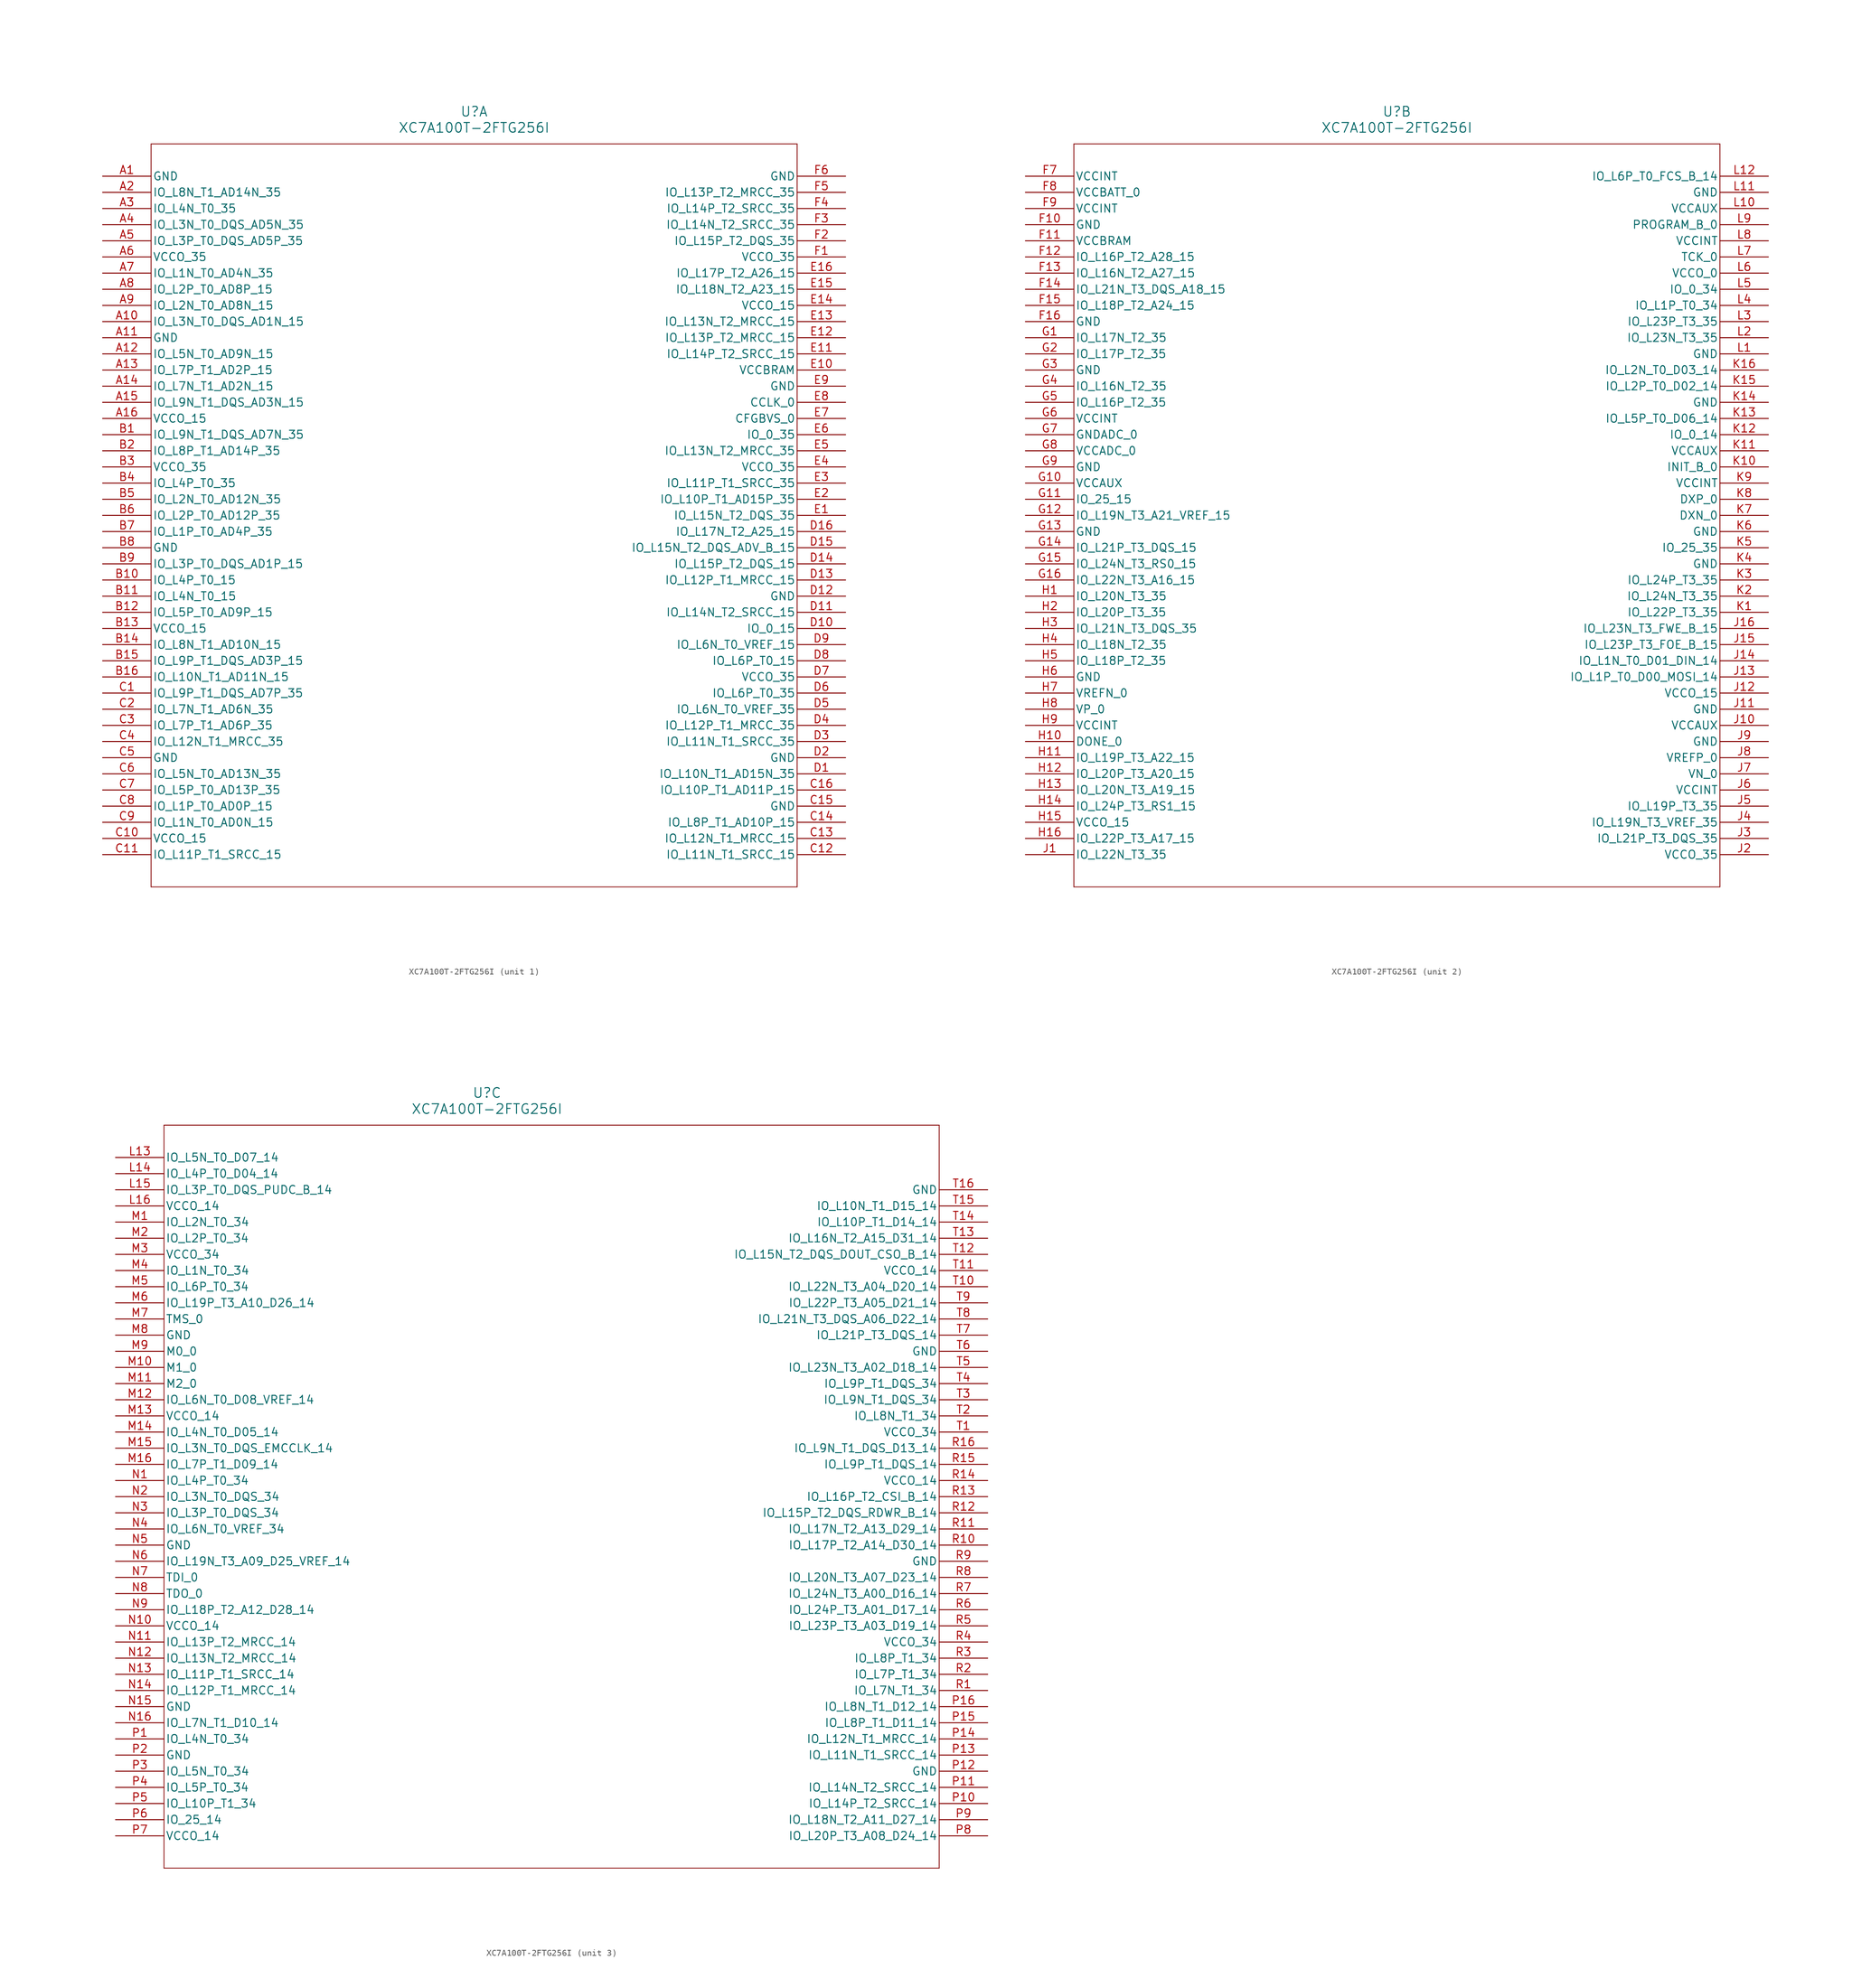
<source format=kicad_sym>
(kicad_symbol_lib
  (version 20211014)
  (generator kicad_symbol_editor)
  (symbol "XC7A100T-2FTG256I"
    (pin_names
      (offset 0.254))
    (property "Reference" "U"
      (at 58.42 10.16 0)
      (effects (font (size 1.524 1.524))))
    (property "Value" "XC7A100T-2FTG256I"
      (at 58.42 7.62 0)
      (effects (font (size 1.524 1.524))))
    (symbol "XC7A100T-2FTG256I_1_1"
      (polyline (pts (xy 7.62 5.08) (xy 7.62 -111.76)) (stroke (width 0.127) (type default) (color 0 0 0 0)) (fill (type none)))
      (polyline (pts (xy 7.62 -111.76) (xy 109.22 -111.76)) (stroke (width 0.127) (type default) (color 0 0 0 0)) (fill (type none)))
      (polyline (pts (xy 109.22 -111.76) (xy 109.22 5.08)) (stroke (width 0.127) (type default) (color 0 0 0 0)) (fill (type none)))
      (polyline (pts (xy 109.22 5.08) (xy 7.62 5.08)) (stroke (width 0.127) (type default) (color 0 0 0 0)) (fill (type none)))
      (pin power_out line (at 0 0 0) (length 7.62) (name "GND" (effects (font (size 1.27 1.27)))) (number "A1" (effects (font (size 1.27 1.27)))))
      (pin bidirectional line (at 0 -2.54 0) (length 7.62) (name "IO_L8N_T1_AD14N_35" (effects (font (size 1.27 1.27)))) (number "A2" (effects (font (size 1.27 1.27)))))
      (pin bidirectional line (at 0 -5.08 0) (length 7.62) (name "IO_L4N_T0_35" (effects (font (size 1.27 1.27)))) (number "A3" (effects (font (size 1.27 1.27)))))
      (pin bidirectional line (at 0 -7.62 0) (length 7.62) (name "IO_L3N_T0_DQS_AD5N_35" (effects (font (size 1.27 1.27)))) (number "A4" (effects (font (size 1.27 1.27)))))
      (pin bidirectional line (at 0 -10.16 0) (length 7.62) (name "IO_L3P_T0_DQS_AD5P_35" (effects (font (size 1.27 1.27)))) (number "A5" (effects (font (size 1.27 1.27)))))
      (pin power_in line (at 0 -12.7 0) (length 7.62) (name "VCCO_35" (effects (font (size 1.27 1.27)))) (number "A6" (effects (font (size 1.27 1.27)))))
      (pin bidirectional line (at 0 -15.24 0) (length 7.62) (name "IO_L1N_T0_AD4N_35" (effects (font (size 1.27 1.27)))) (number "A7" (effects (font (size 1.27 1.27)))))
      (pin bidirectional line (at 0 -17.78 0) (length 7.62) (name "IO_L2P_T0_AD8P_15" (effects (font (size 1.27 1.27)))) (number "A8" (effects (font (size 1.27 1.27)))))
      (pin bidirectional line (at 0 -20.32 0) (length 7.62) (name "IO_L2N_T0_AD8N_15" (effects (font (size 1.27 1.27)))) (number "A9" (effects (font (size 1.27 1.27)))))
      (pin bidirectional line (at 0 -22.86 0) (length 7.62) (name "IO_L3N_T0_DQS_AD1N_15" (effects (font (size 1.27 1.27)))) (number "A10" (effects (font (size 1.27 1.27)))))
      (pin power_out line (at 0 -25.4 0) (length 7.62) (name "GND" (effects (font (size 1.27 1.27)))) (number "A11" (effects (font (size 1.27 1.27)))))
      (pin bidirectional line (at 0 -27.94 0) (length 7.62) (name "IO_L5N_T0_AD9N_15" (effects (font (size 1.27 1.27)))) (number "A12" (effects (font (size 1.27 1.27)))))
      (pin bidirectional line (at 0 -30.48 0) (length 7.62) (name "IO_L7P_T1_AD2P_15" (effects (font (size 1.27 1.27)))) (number "A13" (effects (font (size 1.27 1.27)))))
      (pin bidirectional line (at 0 -33.02 0) (length 7.62) (name "IO_L7N_T1_AD2N_15" (effects (font (size 1.27 1.27)))) (number "A14" (effects (font (size 1.27 1.27)))))
      (pin bidirectional line (at 0 -35.56 0) (length 7.62) (name "IO_L9N_T1_DQS_AD3N_15" (effects (font (size 1.27 1.27)))) (number "A15" (effects (font (size 1.27 1.27)))))
      (pin power_in line (at 0 -38.1 0) (length 7.62) (name "VCCO_15" (effects (font (size 1.27 1.27)))) (number "A16" (effects (font (size 1.27 1.27)))))
      (pin bidirectional line (at 0 -40.64 0) (length 7.62) (name "IO_L9N_T1_DQS_AD7N_35" (effects (font (size 1.27 1.27)))) (number "B1" (effects (font (size 1.27 1.27)))))
      (pin bidirectional line (at 0 -43.18 0) (length 7.62) (name "IO_L8P_T1_AD14P_35" (effects (font (size 1.27 1.27)))) (number "B2" (effects (font (size 1.27 1.27)))))
      (pin power_in line (at 0 -45.72 0) (length 7.62) (name "VCCO_35" (effects (font (size 1.27 1.27)))) (number "B3" (effects (font (size 1.27 1.27)))))
      (pin bidirectional line (at 0 -48.26 0) (length 7.62) (name "IO_L4P_T0_35" (effects (font (size 1.27 1.27)))) (number "B4" (effects (font (size 1.27 1.27)))))
      (pin bidirectional line (at 0 -50.8 0) (length 7.62) (name "IO_L2N_T0_AD12N_35" (effects (font (size 1.27 1.27)))) (number "B5" (effects (font (size 1.27 1.27)))))
      (pin bidirectional line (at 0 -53.34 0) (length 7.62) (name "IO_L2P_T0_AD12P_35" (effects (font (size 1.27 1.27)))) (number "B6" (effects (font (size 1.27 1.27)))))
      (pin bidirectional line (at 0 -55.88 0) (length 7.62) (name "IO_L1P_T0_AD4P_35" (effects (font (size 1.27 1.27)))) (number "B7" (effects (font (size 1.27 1.27)))))
      (pin power_out line (at 0 -58.42 0) (length 7.62) (name "GND" (effects (font (size 1.27 1.27)))) (number "B8" (effects (font (size 1.27 1.27)))))
      (pin bidirectional line (at 0 -60.96 0) (length 7.62) (name "IO_L3P_T0_DQS_AD1P_15" (effects (font (size 1.27 1.27)))) (number "B9" (effects (font (size 1.27 1.27)))))
      (pin bidirectional line (at 0 -63.5 0) (length 7.62) (name "IO_L4P_T0_15" (effects (font (size 1.27 1.27)))) (number "B10" (effects (font (size 1.27 1.27)))))
      (pin bidirectional line (at 0 -66.04 0) (length 7.62) (name "IO_L4N_T0_15" (effects (font (size 1.27 1.27)))) (number "B11" (effects (font (size 1.27 1.27)))))
      (pin bidirectional line (at 0 -68.58 0) (length 7.62) (name "IO_L5P_T0_AD9P_15" (effects (font (size 1.27 1.27)))) (number "B12" (effects (font (size 1.27 1.27)))))
      (pin power_in line (at 0 -71.12 0) (length 7.62) (name "VCCO_15" (effects (font (size 1.27 1.27)))) (number "B13" (effects (font (size 1.27 1.27)))))
      (pin bidirectional line (at 0 -73.66 0) (length 7.62) (name "IO_L8N_T1_AD10N_15" (effects (font (size 1.27 1.27)))) (number "B14" (effects (font (size 1.27 1.27)))))
      (pin bidirectional line (at 0 -76.2 0) (length 7.62) (name "IO_L9P_T1_DQS_AD3P_15" (effects (font (size 1.27 1.27)))) (number "B15" (effects (font (size 1.27 1.27)))))
      (pin bidirectional line (at 0 -78.74 0) (length 7.62) (name "IO_L10N_T1_AD11N_15" (effects (font (size 1.27 1.27)))) (number "B16" (effects (font (size 1.27 1.27)))))
      (pin bidirectional line (at 0 -81.28 0) (length 7.62) (name "IO_L9P_T1_DQS_AD7P_35" (effects (font (size 1.27 1.27)))) (number "C1" (effects (font (size 1.27 1.27)))))
      (pin bidirectional line (at 0 -83.82 0) (length 7.62) (name "IO_L7N_T1_AD6N_35" (effects (font (size 1.27 1.27)))) (number "C2" (effects (font (size 1.27 1.27)))))
      (pin bidirectional line (at 0 -86.36 0) (length 7.62) (name "IO_L7P_T1_AD6P_35" (effects (font (size 1.27 1.27)))) (number "C3" (effects (font (size 1.27 1.27)))))
      (pin bidirectional line (at 0 -88.9 0) (length 7.62) (name "IO_L12N_T1_MRCC_35" (effects (font (size 1.27 1.27)))) (number "C4" (effects (font (size 1.27 1.27)))))
      (pin power_out line (at 0 -91.44 0) (length 7.62) (name "GND" (effects (font (size 1.27 1.27)))) (number "C5" (effects (font (size 1.27 1.27)))))
      (pin bidirectional line (at 0 -93.98 0) (length 7.62) (name "IO_L5N_T0_AD13N_35" (effects (font (size 1.27 1.27)))) (number "C6" (effects (font (size 1.27 1.27)))))
      (pin bidirectional line (at 0 -96.52 0) (length 7.62) (name "IO_L5P_T0_AD13P_35" (effects (font (size 1.27 1.27)))) (number "C7" (effects (font (size 1.27 1.27)))))
      (pin bidirectional line (at 0 -99.06 0) (length 7.62) (name "IO_L1P_T0_AD0P_15" (effects (font (size 1.27 1.27)))) (number "C8" (effects (font (size 1.27 1.27)))))
      (pin bidirectional line (at 0 -101.6 0) (length 7.62) (name "IO_L1N_T0_AD0N_15" (effects (font (size 1.27 1.27)))) (number "C9" (effects (font (size 1.27 1.27)))))
      (pin power_in line (at 0 -104.14 0) (length 7.62) (name "VCCO_15" (effects (font (size 1.27 1.27)))) (number "C10" (effects (font (size 1.27 1.27)))))
      (pin bidirectional line (at 0 -106.68 0) (length 7.62) (name "IO_L11P_T1_SRCC_15" (effects (font (size 1.27 1.27)))) (number "C11" (effects (font (size 1.27 1.27)))))
      (pin bidirectional line (at 116.84 -106.68 180) (length 7.62) (name "IO_L11N_T1_SRCC_15" (effects (font (size 1.27 1.27)))) (number "C12" (effects (font (size 1.27 1.27)))))
      (pin bidirectional line (at 116.84 -104.14 180) (length 7.62) (name "IO_L12N_T1_MRCC_15" (effects (font (size 1.27 1.27)))) (number "C13" (effects (font (size 1.27 1.27)))))
      (pin bidirectional line (at 116.84 -101.6 180) (length 7.62) (name "IO_L8P_T1_AD10P_15" (effects (font (size 1.27 1.27)))) (number "C14" (effects (font (size 1.27 1.27)))))
      (pin power_out line (at 116.84 -99.06 180) (length 7.62) (name "GND" (effects (font (size 1.27 1.27)))) (number "C15" (effects (font (size 1.27 1.27)))))
      (pin bidirectional line (at 116.84 -96.52 180) (length 7.62) (name "IO_L10P_T1_AD11P_15" (effects (font (size 1.27 1.27)))) (number "C16" (effects (font (size 1.27 1.27)))))
      (pin bidirectional line (at 116.84 -93.98 180) (length 7.62) (name "IO_L10N_T1_AD15N_35" (effects (font (size 1.27 1.27)))) (number "D1" (effects (font (size 1.27 1.27)))))
      (pin power_out line (at 116.84 -91.44 180) (length 7.62) (name "GND" (effects (font (size 1.27 1.27)))) (number "D2" (effects (font (size 1.27 1.27)))))
      (pin bidirectional line (at 116.84 -88.9 180) (length 7.62) (name "IO_L11N_T1_SRCC_35" (effects (font (size 1.27 1.27)))) (number "D3" (effects (font (size 1.27 1.27)))))
      (pin bidirectional line (at 116.84 -86.36 180) (length 7.62) (name "IO_L12P_T1_MRCC_35" (effects (font (size 1.27 1.27)))) (number "D4" (effects (font (size 1.27 1.27)))))
      (pin bidirectional line (at 116.84 -83.82 180) (length 7.62) (name "IO_L6N_T0_VREF_35" (effects (font (size 1.27 1.27)))) (number "D5" (effects (font (size 1.27 1.27)))))
      (pin bidirectional line (at 116.84 -81.28 180) (length 7.62) (name "IO_L6P_T0_35" (effects (font (size 1.27 1.27)))) (number "D6" (effects (font (size 1.27 1.27)))))
      (pin power_in line (at 116.84 -78.74 180) (length 7.62) (name "VCCO_35" (effects (font (size 1.27 1.27)))) (number "D7" (effects (font (size 1.27 1.27)))))
      (pin bidirectional line (at 116.84 -76.2 180) (length 7.62) (name "IO_L6P_T0_15" (effects (font (size 1.27 1.27)))) (number "D8" (effects (font (size 1.27 1.27)))))
      (pin bidirectional line (at 116.84 -73.66 180) (length 7.62) (name "IO_L6N_T0_VREF_15" (effects (font (size 1.27 1.27)))) (number "D9" (effects (font (size 1.27 1.27)))))
      (pin bidirectional line (at 116.84 -71.12 180) (length 7.62) (name "IO_0_15" (effects (font (size 1.27 1.27)))) (number "D10" (effects (font (size 1.27 1.27)))))
      (pin bidirectional line (at 116.84 -68.58 180) (length 7.62) (name "IO_L14N_T2_SRCC_15" (effects (font (size 1.27 1.27)))) (number "D11" (effects (font (size 1.27 1.27)))))
      (pin power_out line (at 116.84 -66.04 180) (length 7.62) (name "GND" (effects (font (size 1.27 1.27)))) (number "D12" (effects (font (size 1.27 1.27)))))
      (pin bidirectional line (at 116.84 -63.5 180) (length 7.62) (name "IO_L12P_T1_MRCC_15" (effects (font (size 1.27 1.27)))) (number "D13" (effects (font (size 1.27 1.27)))))
      (pin bidirectional line (at 116.84 -60.96 180) (length 7.62) (name "IO_L15P_T2_DQS_15" (effects (font (size 1.27 1.27)))) (number "D14" (effects (font (size 1.27 1.27)))))
      (pin bidirectional line (at 116.84 -58.42 180) (length 7.62) (name "IO_L15N_T2_DQS_ADV_B_15" (effects (font (size 1.27 1.27)))) (number "D15" (effects (font (size 1.27 1.27)))))
      (pin bidirectional line (at 116.84 -55.88 180) (length 7.62) (name "IO_L17N_T2_A25_15" (effects (font (size 1.27 1.27)))) (number "D16" (effects (font (size 1.27 1.27)))))
      (pin bidirectional line (at 116.84 -53.34 180) (length 7.62) (name "IO_L15N_T2_DQS_35" (effects (font (size 1.27 1.27)))) (number "E1" (effects (font (size 1.27 1.27)))))
      (pin bidirectional line (at 116.84 -50.8 180) (length 7.62) (name "IO_L10P_T1_AD15P_35" (effects (font (size 1.27 1.27)))) (number "E2" (effects (font (size 1.27 1.27)))))
      (pin bidirectional line (at 116.84 -48.26 180) (length 7.62) (name "IO_L11P_T1_SRCC_35" (effects (font (size 1.27 1.27)))) (number "E3" (effects (font (size 1.27 1.27)))))
      (pin power_in line (at 116.84 -45.72 180) (length 7.62) (name "VCCO_35" (effects (font (size 1.27 1.27)))) (number "E4" (effects (font (size 1.27 1.27)))))
      (pin bidirectional line (at 116.84 -43.18 180) (length 7.62) (name "IO_L13N_T2_MRCC_35" (effects (font (size 1.27 1.27)))) (number "E5" (effects (font (size 1.27 1.27)))))
      (pin bidirectional line (at 116.84 -40.64 180) (length 7.62) (name "IO_0_35" (effects (font (size 1.27 1.27)))) (number "E6" (effects (font (size 1.27 1.27)))))
      (pin input line (at 116.84 -38.1 180) (length 7.62) (name "CFGBVS_0" (effects (font (size 1.27 1.27)))) (number "E7" (effects (font (size 1.27 1.27)))))
      (pin bidirectional line (at 116.84 -35.56 180) (length 7.62) (name "CCLK_0" (effects (font (size 1.27 1.27)))) (number "E8" (effects (font (size 1.27 1.27)))))
      (pin power_out line (at 116.84 -33.02 180) (length 7.62) (name "GND" (effects (font (size 1.27 1.27)))) (number "E9" (effects (font (size 1.27 1.27)))))
      (pin power_in line (at 116.84 -30.48 180) (length 7.62) (name "VCCBRAM" (effects (font (size 1.27 1.27)))) (number "E10" (effects (font (size 1.27 1.27)))))
      (pin bidirectional line (at 116.84 -27.94 180) (length 7.62) (name "IO_L14P_T2_SRCC_15" (effects (font (size 1.27 1.27)))) (number "E11" (effects (font (size 1.27 1.27)))))
      (pin bidirectional line (at 116.84 -25.4 180) (length 7.62) (name "IO_L13P_T2_MRCC_15" (effects (font (size 1.27 1.27)))) (number "E12" (effects (font (size 1.27 1.27)))))
      (pin bidirectional line (at 116.84 -22.86 180) (length 7.62) (name "IO_L13N_T2_MRCC_15" (effects (font (size 1.27 1.27)))) (number "E13" (effects (font (size 1.27 1.27)))))
      (pin power_in line (at 116.84 -20.32 180) (length 7.62) (name "VCCO_15" (effects (font (size 1.27 1.27)))) (number "E14" (effects (font (size 1.27 1.27)))))
      (pin bidirectional line (at 116.84 -17.78 180) (length 7.62) (name "IO_L18N_T2_A23_15" (effects (font (size 1.27 1.27)))) (number "E15" (effects (font (size 1.27 1.27)))))
      (pin bidirectional line (at 116.84 -15.24 180) (length 7.62) (name "IO_L17P_T2_A26_15" (effects (font (size 1.27 1.27)))) (number "E16" (effects (font (size 1.27 1.27)))))
      (pin power_in line (at 116.84 -12.7 180) (length 7.62) (name "VCCO_35" (effects (font (size 1.27 1.27)))) (number "F1" (effects (font (size 1.27 1.27)))))
      (pin bidirectional line (at 116.84 -10.16 180) (length 7.62) (name "IO_L15P_T2_DQS_35" (effects (font (size 1.27 1.27)))) (number "F2" (effects (font (size 1.27 1.27)))))
      (pin bidirectional line (at 116.84 -7.62 180) (length 7.62) (name "IO_L14N_T2_SRCC_35" (effects (font (size 1.27 1.27)))) (number "F3" (effects (font (size 1.27 1.27)))))
      (pin bidirectional line (at 116.84 -5.08 180) (length 7.62) (name "IO_L14P_T2_SRCC_35" (effects (font (size 1.27 1.27)))) (number "F4" (effects (font (size 1.27 1.27)))))
      (pin bidirectional line (at 116.84 -2.54 180) (length 7.62) (name "IO_L13P_T2_MRCC_35" (effects (font (size 1.27 1.27)))) (number "F5" (effects (font (size 1.27 1.27)))))
      (pin power_out line (at 116.84 0 180) (length 7.62) (name "GND" (effects (font (size 1.27 1.27)))) (number "F6" (effects (font (size 1.27 1.27))))))
    (symbol "XC7A100T-2FTG256I_2_1"
      (polyline (pts (xy 7.62 5.08) (xy 7.62 -111.76)) (stroke (width 0.127) (type default) (color 0 0 0 0)) (fill (type none)))
      (polyline (pts (xy 7.62 -111.76) (xy 109.22 -111.76)) (stroke (width 0.127) (type default) (color 0 0 0 0)) (fill (type none)))
      (polyline (pts (xy 109.22 -111.76) (xy 109.22 5.08)) (stroke (width 0.127) (type default) (color 0 0 0 0)) (fill (type none)))
      (polyline (pts (xy 109.22 5.08) (xy 7.62 5.08)) (stroke (width 0.127) (type default) (color 0 0 0 0)) (fill (type none)))
      (pin power_in line (at 0 0 0) (length 7.62) (name "VCCINT" (effects (font (size 1.27 1.27)))) (number "F7" (effects (font (size 1.27 1.27)))))
      (pin power_in line (at 0 -2.54 0) (length 7.62) (name "VCCBATT_0" (effects (font (size 1.27 1.27)))) (number "F8" (effects (font (size 1.27 1.27)))))
      (pin power_in line (at 0 -5.08 0) (length 7.62) (name "VCCINT" (effects (font (size 1.27 1.27)))) (number "F9" (effects (font (size 1.27 1.27)))))
      (pin power_out line (at 0 -7.62 0) (length 7.62) (name "GND" (effects (font (size 1.27 1.27)))) (number "F10" (effects (font (size 1.27 1.27)))))
      (pin power_in line (at 0 -10.16 0) (length 7.62) (name "VCCBRAM" (effects (font (size 1.27 1.27)))) (number "F11" (effects (font (size 1.27 1.27)))))
      (pin bidirectional line (at 0 -12.7 0) (length 7.62) (name "IO_L16P_T2_A28_15" (effects (font (size 1.27 1.27)))) (number "F12" (effects (font (size 1.27 1.27)))))
      (pin bidirectional line (at 0 -15.24 0) (length 7.62) (name "IO_L16N_T2_A27_15" (effects (font (size 1.27 1.27)))) (number "F13" (effects (font (size 1.27 1.27)))))
      (pin bidirectional line (at 0 -17.78 0) (length 7.62) (name "IO_L21N_T3_DQS_A18_15" (effects (font (size 1.27 1.27)))) (number "F14" (effects (font (size 1.27 1.27)))))
      (pin bidirectional line (at 0 -20.32 0) (length 7.62) (name "IO_L18P_T2_A24_15" (effects (font (size 1.27 1.27)))) (number "F15" (effects (font (size 1.27 1.27)))))
      (pin power_out line (at 0 -22.86 0) (length 7.62) (name "GND" (effects (font (size 1.27 1.27)))) (number "F16" (effects (font (size 1.27 1.27)))))
      (pin bidirectional line (at 0 -25.4 0) (length 7.62) (name "IO_L17N_T2_35" (effects (font (size 1.27 1.27)))) (number "G1" (effects (font (size 1.27 1.27)))))
      (pin bidirectional line (at 0 -27.94 0) (length 7.62) (name "IO_L17P_T2_35" (effects (font (size 1.27 1.27)))) (number "G2" (effects (font (size 1.27 1.27)))))
      (pin power_out line (at 0 -30.48 0) (length 7.62) (name "GND" (effects (font (size 1.27 1.27)))) (number "G3" (effects (font (size 1.27 1.27)))))
      (pin bidirectional line (at 0 -33.02 0) (length 7.62) (name "IO_L16N_T2_35" (effects (font (size 1.27 1.27)))) (number "G4" (effects (font (size 1.27 1.27)))))
      (pin bidirectional line (at 0 -35.56 0) (length 7.62) (name "IO_L16P_T2_35" (effects (font (size 1.27 1.27)))) (number "G5" (effects (font (size 1.27 1.27)))))
      (pin power_in line (at 0 -38.1 0) (length 7.62) (name "VCCINT" (effects (font (size 1.27 1.27)))) (number "G6" (effects (font (size 1.27 1.27)))))
      (pin power_out line (at 0 -40.64 0) (length 7.62) (name "GNDADC_0" (effects (font (size 1.27 1.27)))) (number "G7" (effects (font (size 1.27 1.27)))))
      (pin power_in line (at 0 -43.18 0) (length 7.62) (name "VCCADC_0" (effects (font (size 1.27 1.27)))) (number "G8" (effects (font (size 1.27 1.27)))))
      (pin power_out line (at 0 -45.72 0) (length 7.62) (name "GND" (effects (font (size 1.27 1.27)))) (number "G9" (effects (font (size 1.27 1.27)))))
      (pin power_in line (at 0 -48.26 0) (length 7.62) (name "VCCAUX" (effects (font (size 1.27 1.27)))) (number "G10" (effects (font (size 1.27 1.27)))))
      (pin bidirectional line (at 0 -50.8 0) (length 7.62) (name "IO_25_15" (effects (font (size 1.27 1.27)))) (number "G11" (effects (font (size 1.27 1.27)))))
      (pin bidirectional line (at 0 -53.34 0) (length 7.62) (name "IO_L19N_T3_A21_VREF_15" (effects (font (size 1.27 1.27)))) (number "G12" (effects (font (size 1.27 1.27)))))
      (pin power_out line (at 0 -55.88 0) (length 7.62) (name "GND" (effects (font (size 1.27 1.27)))) (number "G13" (effects (font (size 1.27 1.27)))))
      (pin bidirectional line (at 0 -58.42 0) (length 7.62) (name "IO_L21P_T3_DQS_15" (effects (font (size 1.27 1.27)))) (number "G14" (effects (font (size 1.27 1.27)))))
      (pin bidirectional line (at 0 -60.96 0) (length 7.62) (name "IO_L24N_T3_RS0_15" (effects (font (size 1.27 1.27)))) (number "G15" (effects (font (size 1.27 1.27)))))
      (pin bidirectional line (at 0 -63.5 0) (length 7.62) (name "IO_L22N_T3_A16_15" (effects (font (size 1.27 1.27)))) (number "G16" (effects (font (size 1.27 1.27)))))
      (pin bidirectional line (at 0 -66.04 0) (length 7.62) (name "IO_L20N_T3_35" (effects (font (size 1.27 1.27)))) (number "H1" (effects (font (size 1.27 1.27)))))
      (pin bidirectional line (at 0 -68.58 0) (length 7.62) (name "IO_L20P_T3_35" (effects (font (size 1.27 1.27)))) (number "H2" (effects (font (size 1.27 1.27)))))
      (pin bidirectional line (at 0 -71.12 0) (length 7.62) (name "IO_L21N_T3_DQS_35" (effects (font (size 1.27 1.27)))) (number "H3" (effects (font (size 1.27 1.27)))))
      (pin bidirectional line (at 0 -73.66 0) (length 7.62) (name "IO_L18N_T2_35" (effects (font (size 1.27 1.27)))) (number "H4" (effects (font (size 1.27 1.27)))))
      (pin bidirectional line (at 0 -76.2 0) (length 7.62) (name "IO_L18P_T2_35" (effects (font (size 1.27 1.27)))) (number "H5" (effects (font (size 1.27 1.27)))))
      (pin power_out line (at 0 -78.74 0) (length 7.62) (name "GND" (effects (font (size 1.27 1.27)))) (number "H6" (effects (font (size 1.27 1.27)))))
      (pin power_in line (at 0 -81.28 0) (length 7.62) (name "VREFN_0" (effects (font (size 1.27 1.27)))) (number "H7" (effects (font (size 1.27 1.27)))))
      (pin input line (at 0 -83.82 0) (length 7.62) (name "VP_0" (effects (font (size 1.27 1.27)))) (number "H8" (effects (font (size 1.27 1.27)))))
      (pin power_in line (at 0 -86.36 0) (length 7.62) (name "VCCINT" (effects (font (size 1.27 1.27)))) (number "H9" (effects (font (size 1.27 1.27)))))
      (pin bidirectional line (at 0 -88.9 0) (length 7.62) (name "DONE_0" (effects (font (size 1.27 1.27)))) (number "H10" (effects (font (size 1.27 1.27)))))
      (pin bidirectional line (at 0 -91.44 0) (length 7.62) (name "IO_L19P_T3_A22_15" (effects (font (size 1.27 1.27)))) (number "H11" (effects (font (size 1.27 1.27)))))
      (pin bidirectional line (at 0 -93.98 0) (length 7.62) (name "IO_L20P_T3_A20_15" (effects (font (size 1.27 1.27)))) (number "H12" (effects (font (size 1.27 1.27)))))
      (pin bidirectional line (at 0 -96.52 0) (length 7.62) (name "IO_L20N_T3_A19_15" (effects (font (size 1.27 1.27)))) (number "H13" (effects (font (size 1.27 1.27)))))
      (pin bidirectional line (at 0 -99.06 0) (length 7.62) (name "IO_L24P_T3_RS1_15" (effects (font (size 1.27 1.27)))) (number "H14" (effects (font (size 1.27 1.27)))))
      (pin power_in line (at 0 -101.6 0) (length 7.62) (name "VCCO_15" (effects (font (size 1.27 1.27)))) (number "H15" (effects (font (size 1.27 1.27)))))
      (pin bidirectional line (at 0 -104.14 0) (length 7.62) (name "IO_L22P_T3_A17_15" (effects (font (size 1.27 1.27)))) (number "H16" (effects (font (size 1.27 1.27)))))
      (pin bidirectional line (at 0 -106.68 0) (length 7.62) (name "IO_L22N_T3_35" (effects (font (size 1.27 1.27)))) (number "J1" (effects (font (size 1.27 1.27)))))
      (pin power_in line (at 116.84 -106.68 180) (length 7.62) (name "VCCO_35" (effects (font (size 1.27 1.27)))) (number "J2" (effects (font (size 1.27 1.27)))))
      (pin bidirectional line (at 116.84 -104.14 180) (length 7.62) (name "IO_L21P_T3_DQS_35" (effects (font (size 1.27 1.27)))) (number "J3" (effects (font (size 1.27 1.27)))))
      (pin bidirectional line (at 116.84 -101.6 180) (length 7.62) (name "IO_L19N_T3_VREF_35" (effects (font (size 1.27 1.27)))) (number "J4" (effects (font (size 1.27 1.27)))))
      (pin bidirectional line (at 116.84 -99.06 180) (length 7.62) (name "IO_L19P_T3_35" (effects (font (size 1.27 1.27)))) (number "J5" (effects (font (size 1.27 1.27)))))
      (pin power_in line (at 116.84 -96.52 180) (length 7.62) (name "VCCINT" (effects (font (size 1.27 1.27)))) (number "J6" (effects (font (size 1.27 1.27)))))
      (pin input line (at 116.84 -93.98 180) (length 7.62) (name "VN_0" (effects (font (size 1.27 1.27)))) (number "J7" (effects (font (size 1.27 1.27)))))
      (pin power_in line (at 116.84 -91.44 180) (length 7.62) (name "VREFP_0" (effects (font (size 1.27 1.27)))) (number "J8" (effects (font (size 1.27 1.27)))))
      (pin power_out line (at 116.84 -88.9 180) (length 7.62) (name "GND" (effects (font (size 1.27 1.27)))) (number "J9" (effects (font (size 1.27 1.27)))))
      (pin power_in line (at 116.84 -86.36 180) (length 7.62) (name "VCCAUX" (effects (font (size 1.27 1.27)))) (number "J10" (effects (font (size 1.27 1.27)))))
      (pin power_out line (at 116.84 -83.82 180) (length 7.62) (name "GND" (effects (font (size 1.27 1.27)))) (number "J11" (effects (font (size 1.27 1.27)))))
      (pin power_in line (at 116.84 -81.28 180) (length 7.62) (name "VCCO_15" (effects (font (size 1.27 1.27)))) (number "J12" (effects (font (size 1.27 1.27)))))
      (pin bidirectional line (at 116.84 -78.74 180) (length 7.62) (name "IO_L1P_T0_D00_MOSI_14" (effects (font (size 1.27 1.27)))) (number "J13" (effects (font (size 1.27 1.27)))))
      (pin bidirectional line (at 116.84 -76.2 180) (length 7.62) (name "IO_L1N_T0_D01_DIN_14" (effects (font (size 1.27 1.27)))) (number "J14" (effects (font (size 1.27 1.27)))))
      (pin bidirectional line (at 116.84 -73.66 180) (length 7.62) (name "IO_L23P_T3_FOE_B_15" (effects (font (size 1.27 1.27)))) (number "J15" (effects (font (size 1.27 1.27)))))
      (pin bidirectional line (at 116.84 -71.12 180) (length 7.62) (name "IO_L23N_T3_FWE_B_15" (effects (font (size 1.27 1.27)))) (number "J16" (effects (font (size 1.27 1.27)))))
      (pin bidirectional line (at 116.84 -68.58 180) (length 7.62) (name "IO_L22P_T3_35" (effects (font (size 1.27 1.27)))) (number "K1" (effects (font (size 1.27 1.27)))))
      (pin bidirectional line (at 116.84 -66.04 180) (length 7.62) (name "IO_L24N_T3_35" (effects (font (size 1.27 1.27)))) (number "K2" (effects (font (size 1.27 1.27)))))
      (pin bidirectional line (at 116.84 -63.5 180) (length 7.62) (name "IO_L24P_T3_35" (effects (font (size 1.27 1.27)))) (number "K3" (effects (font (size 1.27 1.27)))))
      (pin power_out line (at 116.84 -60.96 180) (length 7.62) (name "GND" (effects (font (size 1.27 1.27)))) (number "K4" (effects (font (size 1.27 1.27)))))
      (pin bidirectional line (at 116.84 -58.42 180) (length 7.62) (name "IO_25_35" (effects (font (size 1.27 1.27)))) (number "K5" (effects (font (size 1.27 1.27)))))
      (pin power_out line (at 116.84 -55.88 180) (length 7.62) (name "GND" (effects (font (size 1.27 1.27)))) (number "K6" (effects (font (size 1.27 1.27)))))
      (pin unspecified line (at 116.84 -53.34 180) (length 7.62) (name "DXN_0" (effects (font (size 1.27 1.27)))) (number "K7" (effects (font (size 1.27 1.27)))))
      (pin unspecified line (at 116.84 -50.8 180) (length 7.62) (name "DXP_0" (effects (font (size 1.27 1.27)))) (number "K8" (effects (font (size 1.27 1.27)))))
      (pin power_in line (at 116.84 -48.26 180) (length 7.62) (name "VCCINT" (effects (font (size 1.27 1.27)))) (number "K9" (effects (font (size 1.27 1.27)))))
      (pin bidirectional line (at 116.84 -45.72 180) (length 7.62) (name "INIT_B_0" (effects (font (size 1.27 1.27)))) (number "K10" (effects (font (size 1.27 1.27)))))
      (pin power_in line (at 116.84 -43.18 180) (length 7.62) (name "VCCAUX" (effects (font (size 1.27 1.27)))) (number "K11" (effects (font (size 1.27 1.27)))))
      (pin bidirectional line (at 116.84 -40.64 180) (length 7.62) (name "IO_0_14" (effects (font (size 1.27 1.27)))) (number "K12" (effects (font (size 1.27 1.27)))))
      (pin bidirectional line (at 116.84 -38.1 180) (length 7.62) (name "IO_L5P_T0_D06_14" (effects (font (size 1.27 1.27)))) (number "K13" (effects (font (size 1.27 1.27)))))
      (pin power_out line (at 116.84 -35.56 180) (length 7.62) (name "GND" (effects (font (size 1.27 1.27)))) (number "K14" (effects (font (size 1.27 1.27)))))
      (pin bidirectional line (at 116.84 -33.02 180) (length 7.62) (name "IO_L2P_T0_D02_14" (effects (font (size 1.27 1.27)))) (number "K15" (effects (font (size 1.27 1.27)))))
      (pin bidirectional line (at 116.84 -30.48 180) (length 7.62) (name "IO_L2N_T0_D03_14" (effects (font (size 1.27 1.27)))) (number "K16" (effects (font (size 1.27 1.27)))))
      (pin power_out line (at 116.84 -27.94 180) (length 7.62) (name "GND" (effects (font (size 1.27 1.27)))) (number "L1" (effects (font (size 1.27 1.27)))))
      (pin bidirectional line (at 116.84 -25.4 180) (length 7.62) (name "IO_L23N_T3_35" (effects (font (size 1.27 1.27)))) (number "L2" (effects (font (size 1.27 1.27)))))
      (pin bidirectional line (at 116.84 -22.86 180) (length 7.62) (name "IO_L23P_T3_35" (effects (font (size 1.27 1.27)))) (number "L3" (effects (font (size 1.27 1.27)))))
      (pin bidirectional line (at 116.84 -20.32 180) (length 7.62) (name "IO_L1P_T0_34" (effects (font (size 1.27 1.27)))) (number "L4" (effects (font (size 1.27 1.27)))))
      (pin bidirectional line (at 116.84 -17.78 180) (length 7.62) (name "IO_0_34" (effects (font (size 1.27 1.27)))) (number "L5" (effects (font (size 1.27 1.27)))))
      (pin power_in line (at 116.84 -15.24 180) (length 7.62) (name "VCCO_0" (effects (font (size 1.27 1.27)))) (number "L6" (effects (font (size 1.27 1.27)))))
      (pin input line (at 116.84 -12.7 180) (length 7.62) (name "TCK_0" (effects (font (size 1.27 1.27)))) (number "L7" (effects (font (size 1.27 1.27)))))
      (pin power_in line (at 116.84 -10.16 180) (length 7.62) (name "VCCINT" (effects (font (size 1.27 1.27)))) (number "L8" (effects (font (size 1.27 1.27)))))
      (pin input line (at 116.84 -7.62 180) (length 7.62) (name "PROGRAM_B_0" (effects (font (size 1.27 1.27)))) (number "L9" (effects (font (size 1.27 1.27)))))
      (pin power_in line (at 116.84 -5.08 180) (length 7.62) (name "VCCAUX" (effects (font (size 1.27 1.27)))) (number "L10" (effects (font (size 1.27 1.27)))))
      (pin power_out line (at 116.84 -2.54 180) (length 7.62) (name "GND" (effects (font (size 1.27 1.27)))) (number "L11" (effects (font (size 1.27 1.27)))))
      (pin bidirectional line (at 116.84 0 180) (length 7.62) (name "IO_L6P_T0_FCS_B_14" (effects (font (size 1.27 1.27)))) (number "L12" (effects (font (size 1.27 1.27))))))
    (symbol "XC7A100T-2FTG256I_3_1"
      (polyline (pts (xy 7.62 5.08) (xy 7.62 -111.76)) (stroke (width 0.127) (type default) (color 0 0 0 0)) (fill (type none)))
      (polyline (pts (xy 7.62 -111.76) (xy 129.54 -111.76)) (stroke (width 0.127) (type default) (color 0 0 0 0)) (fill (type none)))
      (polyline (pts (xy 129.54 -111.76) (xy 129.54 5.08)) (stroke (width 0.127) (type default) (color 0 0 0 0)) (fill (type none)))
      (polyline (pts (xy 129.54 5.08) (xy 7.62 5.08)) (stroke (width 0.127) (type default) (color 0 0 0 0)) (fill (type none)))
      (pin bidirectional line (at 0 0 0) (length 7.62) (name "IO_L5N_T0_D07_14" (effects (font (size 1.27 1.27)))) (number "L13" (effects (font (size 1.27 1.27)))))
      (pin bidirectional line (at 0 -2.54 0) (length 7.62) (name "IO_L4P_T0_D04_14" (effects (font (size 1.27 1.27)))) (number "L14" (effects (font (size 1.27 1.27)))))
      (pin bidirectional line (at 0 -5.08 0) (length 7.62) (name "IO_L3P_T0_DQS_PUDC_B_14" (effects (font (size 1.27 1.27)))) (number "L15" (effects (font (size 1.27 1.27)))))
      (pin power_in line (at 0 -7.62 0) (length 7.62) (name "VCCO_14" (effects (font (size 1.27 1.27)))) (number "L16" (effects (font (size 1.27 1.27)))))
      (pin bidirectional line (at 0 -10.16 0) (length 7.62) (name "IO_L2N_T0_34" (effects (font (size 1.27 1.27)))) (number "M1" (effects (font (size 1.27 1.27)))))
      (pin bidirectional line (at 0 -12.7 0) (length 7.62) (name "IO_L2P_T0_34" (effects (font (size 1.27 1.27)))) (number "M2" (effects (font (size 1.27 1.27)))))
      (pin power_in line (at 0 -15.24 0) (length 7.62) (name "VCCO_34" (effects (font (size 1.27 1.27)))) (number "M3" (effects (font (size 1.27 1.27)))))
      (pin bidirectional line (at 0 -17.78 0) (length 7.62) (name "IO_L1N_T0_34" (effects (font (size 1.27 1.27)))) (number "M4" (effects (font (size 1.27 1.27)))))
      (pin bidirectional line (at 0 -20.32 0) (length 7.62) (name "IO_L6P_T0_34" (effects (font (size 1.27 1.27)))) (number "M5" (effects (font (size 1.27 1.27)))))
      (pin bidirectional line (at 0 -22.86 0) (length 7.62) (name "IO_L19P_T3_A10_D26_14" (effects (font (size 1.27 1.27)))) (number "M6" (effects (font (size 1.27 1.27)))))
      (pin input line (at 0 -25.4 0) (length 7.62) (name "TMS_0" (effects (font (size 1.27 1.27)))) (number "M7" (effects (font (size 1.27 1.27)))))
      (pin power_out line (at 0 -27.94 0) (length 7.62) (name "GND" (effects (font (size 1.27 1.27)))) (number "M8" (effects (font (size 1.27 1.27)))))
      (pin input line (at 0 -30.48 0) (length 7.62) (name "M0_0" (effects (font (size 1.27 1.27)))) (number "M9" (effects (font (size 1.27 1.27)))))
      (pin input line (at 0 -33.02 0) (length 7.62) (name "M1_0" (effects (font (size 1.27 1.27)))) (number "M10" (effects (font (size 1.27 1.27)))))
      (pin input line (at 0 -35.56 0) (length 7.62) (name "M2_0" (effects (font (size 1.27 1.27)))) (number "M11" (effects (font (size 1.27 1.27)))))
      (pin bidirectional line (at 0 -38.1 0) (length 7.62) (name "IO_L6N_T0_D08_VREF_14" (effects (font (size 1.27 1.27)))) (number "M12" (effects (font (size 1.27 1.27)))))
      (pin power_in line (at 0 -40.64 0) (length 7.62) (name "VCCO_14" (effects (font (size 1.27 1.27)))) (number "M13" (effects (font (size 1.27 1.27)))))
      (pin bidirectional line (at 0 -43.18 0) (length 7.62) (name "IO_L4N_T0_D05_14" (effects (font (size 1.27 1.27)))) (number "M14" (effects (font (size 1.27 1.27)))))
      (pin bidirectional line (at 0 -45.72 0) (length 7.62) (name "IO_L3N_T0_DQS_EMCCLK_14" (effects (font (size 1.27 1.27)))) (number "M15" (effects (font (size 1.27 1.27)))))
      (pin bidirectional line (at 0 -48.26 0) (length 7.62) (name "IO_L7P_T1_D09_14" (effects (font (size 1.27 1.27)))) (number "M16" (effects (font (size 1.27 1.27)))))
      (pin bidirectional line (at 0 -50.8 0) (length 7.62) (name "IO_L4P_T0_34" (effects (font (size 1.27 1.27)))) (number "N1" (effects (font (size 1.27 1.27)))))
      (pin bidirectional line (at 0 -53.34 0) (length 7.62) (name "IO_L3N_T0_DQS_34" (effects (font (size 1.27 1.27)))) (number "N2" (effects (font (size 1.27 1.27)))))
      (pin bidirectional line (at 0 -55.88 0) (length 7.62) (name "IO_L3P_T0_DQS_34" (effects (font (size 1.27 1.27)))) (number "N3" (effects (font (size 1.27 1.27)))))
      (pin bidirectional line (at 0 -58.42 0) (length 7.62) (name "IO_L6N_T0_VREF_34" (effects (font (size 1.27 1.27)))) (number "N4" (effects (font (size 1.27 1.27)))))
      (pin power_out line (at 0 -60.96 0) (length 7.62) (name "GND" (effects (font (size 1.27 1.27)))) (number "N5" (effects (font (size 1.27 1.27)))))
      (pin bidirectional line (at 0 -63.5 0) (length 7.62) (name "IO_L19N_T3_A09_D25_VREF_14" (effects (font (size 1.27 1.27)))) (number "N6" (effects (font (size 1.27 1.27)))))
      (pin input line (at 0 -66.04 0) (length 7.62) (name "TDI_0" (effects (font (size 1.27 1.27)))) (number "N7" (effects (font (size 1.27 1.27)))))
      (pin output line (at 0 -68.58 0) (length 7.62) (name "TDO_0" (effects (font (size 1.27 1.27)))) (number "N8" (effects (font (size 1.27 1.27)))))
      (pin bidirectional line (at 0 -71.12 0) (length 7.62) (name "IO_L18P_T2_A12_D28_14" (effects (font (size 1.27 1.27)))) (number "N9" (effects (font (size 1.27 1.27)))))
      (pin power_in line (at 0 -73.66 0) (length 7.62) (name "VCCO_14" (effects (font (size 1.27 1.27)))) (number "N10" (effects (font (size 1.27 1.27)))))
      (pin bidirectional line (at 0 -76.2 0) (length 7.62) (name "IO_L13P_T2_MRCC_14" (effects (font (size 1.27 1.27)))) (number "N11" (effects (font (size 1.27 1.27)))))
      (pin bidirectional line (at 0 -78.74 0) (length 7.62) (name "IO_L13N_T2_MRCC_14" (effects (font (size 1.27 1.27)))) (number "N12" (effects (font (size 1.27 1.27)))))
      (pin bidirectional line (at 0 -81.28 0) (length 7.62) (name "IO_L11P_T1_SRCC_14" (effects (font (size 1.27 1.27)))) (number "N13" (effects (font (size 1.27 1.27)))))
      (pin bidirectional line (at 0 -83.82 0) (length 7.62) (name "IO_L12P_T1_MRCC_14" (effects (font (size 1.27 1.27)))) (number "N14" (effects (font (size 1.27 1.27)))))
      (pin power_out line (at 0 -86.36 0) (length 7.62) (name "GND" (effects (font (size 1.27 1.27)))) (number "N15" (effects (font (size 1.27 1.27)))))
      (pin bidirectional line (at 0 -88.9 0) (length 7.62) (name "IO_L7N_T1_D10_14" (effects (font (size 1.27 1.27)))) (number "N16" (effects (font (size 1.27 1.27)))))
      (pin bidirectional line (at 0 -91.44 0) (length 7.62) (name "IO_L4N_T0_34" (effects (font (size 1.27 1.27)))) (number "P1" (effects (font (size 1.27 1.27)))))
      (pin power_out line (at 0 -93.98 0) (length 7.62) (name "GND" (effects (font (size 1.27 1.27)))) (number "P2" (effects (font (size 1.27 1.27)))))
      (pin bidirectional line (at 0 -96.52 0) (length 7.62) (name "IO_L5N_T0_34" (effects (font (size 1.27 1.27)))) (number "P3" (effects (font (size 1.27 1.27)))))
      (pin bidirectional line (at 0 -99.06 0) (length 7.62) (name "IO_L5P_T0_34" (effects (font (size 1.27 1.27)))) (number "P4" (effects (font (size 1.27 1.27)))))
      (pin bidirectional line (at 0 -101.6 0) (length 7.62) (name "IO_L10P_T1_34" (effects (font (size 1.27 1.27)))) (number "P5" (effects (font (size 1.27 1.27)))))
      (pin bidirectional line (at 0 -104.14 0) (length 7.62) (name "IO_25_14" (effects (font (size 1.27 1.27)))) (number "P6" (effects (font (size 1.27 1.27)))))
      (pin power_in line (at 0 -106.68 0) (length 7.62) (name "VCCO_14" (effects (font (size 1.27 1.27)))) (number "P7" (effects (font (size 1.27 1.27)))))
      (pin bidirectional line (at 137.16 -106.68 180) (length 7.62) (name "IO_L20P_T3_A08_D24_14" (effects (font (size 1.27 1.27)))) (number "P8" (effects (font (size 1.27 1.27)))))
      (pin bidirectional line (at 137.16 -104.14 180) (length 7.62) (name "IO_L18N_T2_A11_D27_14" (effects (font (size 1.27 1.27)))) (number "P9" (effects (font (size 1.27 1.27)))))
      (pin bidirectional line (at 137.16 -101.6 180) (length 7.62) (name "IO_L14P_T2_SRCC_14" (effects (font (size 1.27 1.27)))) (number "P10" (effects (font (size 1.27 1.27)))))
      (pin bidirectional line (at 137.16 -99.06 180) (length 7.62) (name "IO_L14N_T2_SRCC_14" (effects (font (size 1.27 1.27)))) (number "P11" (effects (font (size 1.27 1.27)))))
      (pin power_out line (at 137.16 -96.52 180) (length 7.62) (name "GND" (effects (font (size 1.27 1.27)))) (number "P12" (effects (font (size 1.27 1.27)))))
      (pin bidirectional line (at 137.16 -93.98 180) (length 7.62) (name "IO_L11N_T1_SRCC_14" (effects (font (size 1.27 1.27)))) (number "P13" (effects (font (size 1.27 1.27)))))
      (pin bidirectional line (at 137.16 -91.44 180) (length 7.62) (name "IO_L12N_T1_MRCC_14" (effects (font (size 1.27 1.27)))) (number "P14" (effects (font (size 1.27 1.27)))))
      (pin bidirectional line (at 137.16 -88.9 180) (length 7.62) (name "IO_L8P_T1_D11_14" (effects (font (size 1.27 1.27)))) (number "P15" (effects (font (size 1.27 1.27)))))
      (pin bidirectional line (at 137.16 -86.36 180) (length 7.62) (name "IO_L8N_T1_D12_14" (effects (font (size 1.27 1.27)))) (number "P16" (effects (font (size 1.27 1.27)))))
      (pin bidirectional line (at 137.16 -83.82 180) (length 7.62) (name "IO_L7N_T1_34" (effects (font (size 1.27 1.27)))) (number "R1" (effects (font (size 1.27 1.27)))))
      (pin bidirectional line (at 137.16 -81.28 180) (length 7.62) (name "IO_L7P_T1_34" (effects (font (size 1.27 1.27)))) (number "R2" (effects (font (size 1.27 1.27)))))
      (pin bidirectional line (at 137.16 -78.74 180) (length 7.62) (name "IO_L8P_T1_34" (effects (font (size 1.27 1.27)))) (number "R3" (effects (font (size 1.27 1.27)))))
      (pin power_in line (at 137.16 -76.2 180) (length 7.62) (name "VCCO_34" (effects (font (size 1.27 1.27)))) (number "R4" (effects (font (size 1.27 1.27)))))
      (pin bidirectional line (at 137.16 -73.66 180) (length 7.62) (name "IO_L23P_T3_A03_D19_14" (effects (font (size 1.27 1.27)))) (number "R5" (effects (font (size 1.27 1.27)))))
      (pin bidirectional line (at 137.16 -71.12 180) (length 7.62) (name "IO_L24P_T3_A01_D17_14" (effects (font (size 1.27 1.27)))) (number "R6" (effects (font (size 1.27 1.27)))))
      (pin bidirectional line (at 137.16 -68.58 180) (length 7.62) (name "IO_L24N_T3_A00_D16_14" (effects (font (size 1.27 1.27)))) (number "R7" (effects (font (size 1.27 1.27)))))
      (pin bidirectional line (at 137.16 -66.04 180) (length 7.62) (name "IO_L20N_T3_A07_D23_14" (effects (font (size 1.27 1.27)))) (number "R8" (effects (font (size 1.27 1.27)))))
      (pin power_out line (at 137.16 -63.5 180) (length 7.62) (name "GND" (effects (font (size 1.27 1.27)))) (number "R9" (effects (font (size 1.27 1.27)))))
      (pin bidirectional line (at 137.16 -60.96 180) (length 7.62) (name "IO_L17P_T2_A14_D30_14" (effects (font (size 1.27 1.27)))) (number "R10" (effects (font (size 1.27 1.27)))))
      (pin bidirectional line (at 137.16 -58.42 180) (length 7.62) (name "IO_L17N_T2_A13_D29_14" (effects (font (size 1.27 1.27)))) (number "R11" (effects (font (size 1.27 1.27)))))
      (pin bidirectional line (at 137.16 -55.88 180) (length 7.62) (name "IO_L15P_T2_DQS_RDWR_B_14" (effects (font (size 1.27 1.27)))) (number "R12" (effects (font (size 1.27 1.27)))))
      (pin bidirectional line (at 137.16 -53.34 180) (length 7.62) (name "IO_L16P_T2_CSI_B_14" (effects (font (size 1.27 1.27)))) (number "R13" (effects (font (size 1.27 1.27)))))
      (pin power_in line (at 137.16 -50.8 180) (length 7.62) (name "VCCO_14" (effects (font (size 1.27 1.27)))) (number "R14" (effects (font (size 1.27 1.27)))))
      (pin bidirectional line (at 137.16 -48.26 180) (length 7.62) (name "IO_L9P_T1_DQS_14" (effects (font (size 1.27 1.27)))) (number "R15" (effects (font (size 1.27 1.27)))))
      (pin bidirectional line (at 137.16 -45.72 180) (length 7.62) (name "IO_L9N_T1_DQS_D13_14" (effects (font (size 1.27 1.27)))) (number "R16" (effects (font (size 1.27 1.27)))))
      (pin power_in line (at 137.16 -43.18 180) (length 7.62) (name "VCCO_34" (effects (font (size 1.27 1.27)))) (number "T1" (effects (font (size 1.27 1.27)))))
      (pin bidirectional line (at 137.16 -40.64 180) (length 7.62) (name "IO_L8N_T1_34" (effects (font (size 1.27 1.27)))) (number "T2" (effects (font (size 1.27 1.27)))))
      (pin bidirectional line (at 137.16 -38.1 180) (length 7.62) (name "IO_L9N_T1_DQS_34" (effects (font (size 1.27 1.27)))) (number "T3" (effects (font (size 1.27 1.27)))))
      (pin bidirectional line (at 137.16 -35.56 180) (length 7.62) (name "IO_L9P_T1_DQS_34" (effects (font (size 1.27 1.27)))) (number "T4" (effects (font (size 1.27 1.27)))))
      (pin bidirectional line (at 137.16 -33.02 180) (length 7.62) (name "IO_L23N_T3_A02_D18_14" (effects (font (size 1.27 1.27)))) (number "T5" (effects (font (size 1.27 1.27)))))
      (pin power_out line (at 137.16 -30.48 180) (length 7.62) (name "GND" (effects (font (size 1.27 1.27)))) (number "T6" (effects (font (size 1.27 1.27)))))
      (pin bidirectional line (at 137.16 -27.94 180) (length 7.62) (name "IO_L21P_T3_DQS_14" (effects (font (size 1.27 1.27)))) (number "T7" (effects (font (size 1.27 1.27)))))
      (pin bidirectional line (at 137.16 -25.4 180) (length 7.62) (name "IO_L21N_T3_DQS_A06_D22_14" (effects (font (size 1.27 1.27)))) (number "T8" (effects (font (size 1.27 1.27)))))
      (pin bidirectional line (at 137.16 -22.86 180) (length 7.62) (name "IO_L22P_T3_A05_D21_14" (effects (font (size 1.27 1.27)))) (number "T9" (effects (font (size 1.27 1.27)))))
      (pin bidirectional line (at 137.16 -20.32 180) (length 7.62) (name "IO_L22N_T3_A04_D20_14" (effects (font (size 1.27 1.27)))) (number "T10" (effects (font (size 1.27 1.27)))))
      (pin power_in line (at 137.16 -17.78 180) (length 7.62) (name "VCCO_14" (effects (font (size 1.27 1.27)))) (number "T11" (effects (font (size 1.27 1.27)))))
      (pin bidirectional line (at 137.16 -15.24 180) (length 7.62) (name "IO_L15N_T2_DQS_DOUT_CSO_B_14" (effects (font (size 1.27 1.27)))) (number "T12" (effects (font (size 1.27 1.27)))))
      (pin bidirectional line (at 137.16 -12.7 180) (length 7.62) (name "IO_L16N_T2_A15_D31_14" (effects (font (size 1.27 1.27)))) (number "T13" (effects (font (size 1.27 1.27)))))
      (pin bidirectional line (at 137.16 -10.16 180) (length 7.62) (name "IO_L10P_T1_D14_14" (effects (font (size 1.27 1.27)))) (number "T14" (effects (font (size 1.27 1.27)))))
      (pin bidirectional line (at 137.16 -7.62 180) (length 7.62) (name "IO_L10N_T1_D15_14" (effects (font (size 1.27 1.27)))) (number "T15" (effects (font (size 1.27 1.27)))))
      (pin power_out line (at 137.16 -5.08 180) (length 7.62) (name "GND" (effects (font (size 1.27 1.27)))) (number "T16" (effects (font (size 1.27 1.27))))))))
</source>
